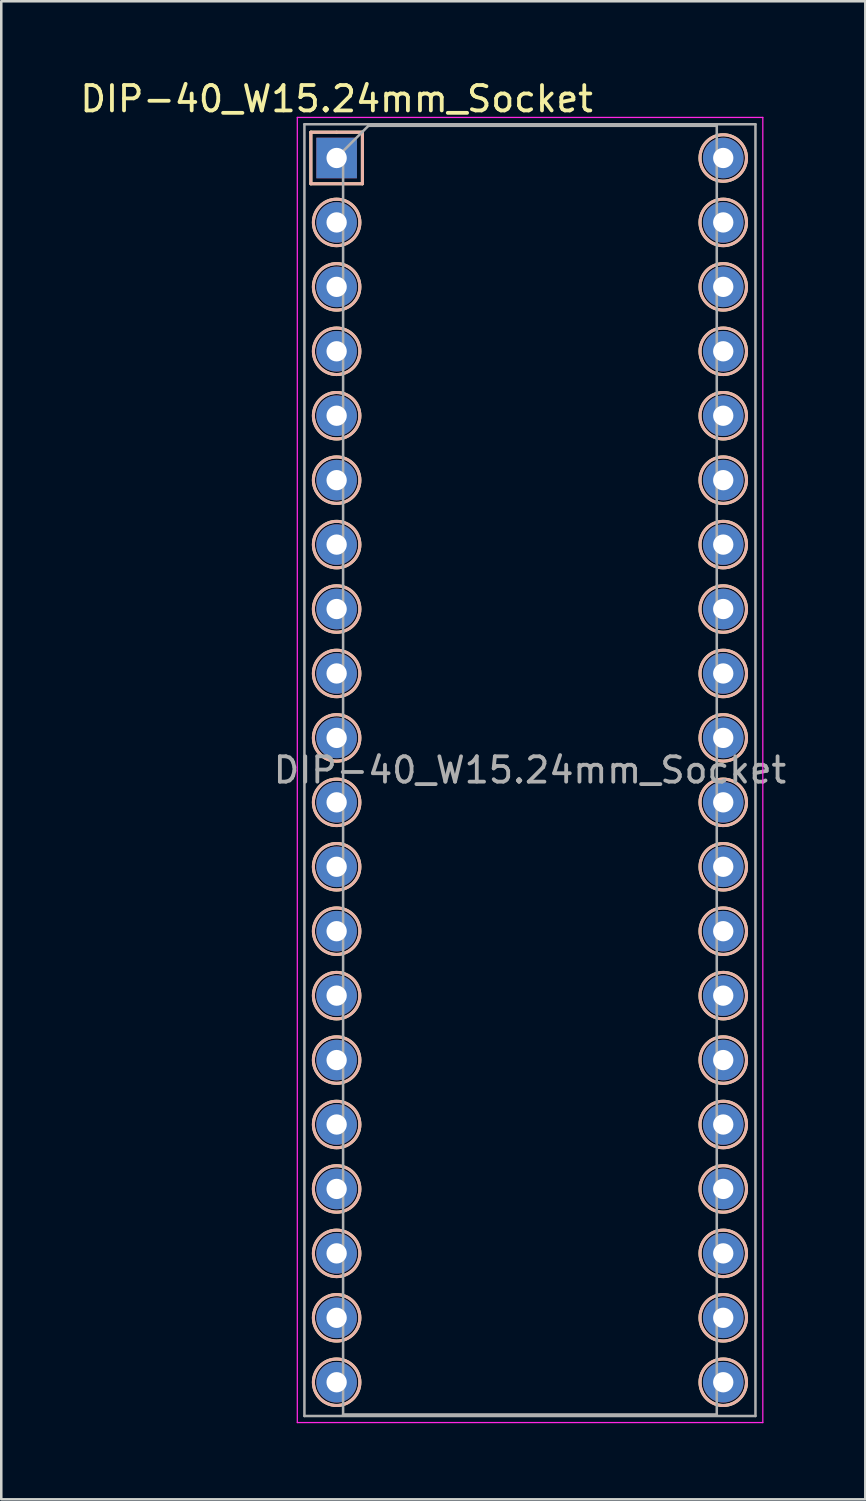
<source format=kicad_pcb>
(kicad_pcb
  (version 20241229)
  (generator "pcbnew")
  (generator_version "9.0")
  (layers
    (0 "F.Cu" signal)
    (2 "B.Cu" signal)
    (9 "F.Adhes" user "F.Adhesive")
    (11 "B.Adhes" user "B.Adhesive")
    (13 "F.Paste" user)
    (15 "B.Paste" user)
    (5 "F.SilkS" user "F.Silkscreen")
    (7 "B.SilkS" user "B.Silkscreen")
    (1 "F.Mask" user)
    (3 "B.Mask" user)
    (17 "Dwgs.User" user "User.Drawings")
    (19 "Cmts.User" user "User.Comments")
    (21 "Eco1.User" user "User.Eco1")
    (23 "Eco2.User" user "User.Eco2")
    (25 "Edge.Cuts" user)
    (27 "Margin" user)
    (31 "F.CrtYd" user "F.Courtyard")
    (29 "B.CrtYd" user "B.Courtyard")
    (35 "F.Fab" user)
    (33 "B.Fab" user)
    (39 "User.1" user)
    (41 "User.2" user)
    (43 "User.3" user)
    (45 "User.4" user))
  (footprint "DIP-40_W15.24mm_Socket"
    (layer "F.Cu")
    (at 10.22 3.178)
    (property "Reference" "DIP-40_W15.24mm_Socket" (at 0 -2.33 0) (layer "F.SilkS") (effects (font (size 1 1) (thickness 0.15))))
    (attr through_hole)
    (fp_line (start -1.016 -1.016) (end 0 -1.016) (stroke (width 0.12) (type solid)) (layer "F.SilkS"))
    (fp_line (start -1.016 1.016) (end -1.016 -1.016) (stroke (width 0.12) (type solid)) (layer "F.SilkS"))
    (fp_line (start 0 -1.016) (end 1.016 -1.016) (stroke (width 0.12) (type solid)) (layer "F.SilkS"))
    (fp_line (start 1.016 -1.016) (end 1.016 1.016) (stroke (width 0.12) (type solid)) (layer "F.SilkS"))
    (fp_line (start 1.016 1.016) (end -1.016 1.016) (stroke (width 0.12) (type solid)) (layer "F.SilkS"))
    (fp_circle (center 0 2.54) (end 0.762 2.032) (stroke (width 0.12) (type solid)) (fill no) (layer "F.SilkS"))
    (fp_circle (center 0 5.08) (end 0.762 4.572) (stroke (width 0.12) (type solid)) (fill no) (layer "F.SilkS"))
    (fp_circle (center 0 7.62) (end 0.762 7.112) (stroke (width 0.12) (type solid)) (fill no) (layer "F.SilkS"))
    (fp_circle (center 0 10.16) (end 0.762 9.652) (stroke (width 0.12) (type solid)) (fill no) (layer "F.SilkS"))
    (fp_circle (center 0 12.7) (end 0.762 12.192) (stroke (width 0.12) (type solid)) (fill no) (layer "F.SilkS"))
    (fp_circle (center 0 15.24) (end 0.762 14.732) (stroke (width 0.12) (type solid)) (fill no) (layer "F.SilkS"))
    (fp_circle (center 0 17.78) (end 0.762 17.272) (stroke (width 0.12) (type solid)) (fill no) (layer "F.SilkS"))
    (fp_circle (center 0 20.32) (end 0.762 19.812) (stroke (width 0.12) (type solid)) (fill no) (layer "F.SilkS"))
    (fp_circle (center 0 22.86) (end 0.762 22.352) (stroke (width 0.12) (type solid)) (fill no) (layer "F.SilkS"))
    (fp_circle (center 0 25.4) (end 0.762 24.892) (stroke (width 0.12) (type solid)) (fill no) (layer "F.SilkS"))
    (fp_circle (center 0 27.94) (end 0.762 27.432) (stroke (width 0.12) (type solid)) (fill no) (layer "F.SilkS"))
    (fp_circle (center 0 30.48) (end 0.762 29.972) (stroke (width 0.12) (type solid)) (fill no) (layer "F.SilkS"))
    (fp_circle (center 0 33.02) (end 0.762 32.512) (stroke (width 0.12) (type solid)) (fill no) (layer "F.SilkS"))
    (fp_circle (center 0 35.56) (end 0.762 35.052) (stroke (width 0.12) (type solid)) (fill no) (layer "F.SilkS"))
    (fp_circle (center 0 38.1) (end 0.762 37.592) (stroke (width 0.12) (type solid)) (fill no) (layer "F.SilkS"))
    (fp_circle (center 0 40.64) (end 0.762 40.132) (stroke (width 0.12) (type solid)) (fill no) (layer "F.SilkS"))
    (fp_circle (center 0 43.18) (end 0.762 42.672) (stroke (width 0.12) (type solid)) (fill no) (layer "F.SilkS"))
    (fp_circle (center 0 45.72) (end 0.762 45.212) (stroke (width 0.12) (type solid)) (fill no) (layer "F.SilkS"))
    (fp_circle (center 0 48.26) (end 0.762 47.752) (stroke (width 0.12) (type solid)) (fill no) (layer "F.SilkS"))
    (fp_circle (center 15.24 0) (end 16.002 -0.508) (stroke (width 0.12) (type solid)) (fill no) (layer "F.SilkS"))
    (fp_circle (center 15.24 2.54) (end 16.002 2.032) (stroke (width 0.12) (type solid)) (fill no) (layer "F.SilkS"))
    (fp_circle (center 15.24 5.08) (end 16.002 4.572) (stroke (width 0.12) (type solid)) (fill no) (layer "F.SilkS"))
    (fp_circle (center 15.24 7.62) (end 16.002 7.112) (stroke (width 0.12) (type solid)) (fill no) (layer "F.SilkS"))
    (fp_circle (center 15.24 10.16) (end 16.002 9.652) (stroke (width 0.12) (type solid)) (fill no) (layer "F.SilkS"))
    (fp_circle (center 15.24 12.7) (end 16.002 12.192) (stroke (width 0.12) (type solid)) (fill no) (layer "F.SilkS"))
    (fp_circle (center 15.24 15.24) (end 16.002 14.732) (stroke (width 0.12) (type solid)) (fill no) (layer "F.SilkS"))
    (fp_circle (center 15.24 17.78) (end 16.002 17.272) (stroke (width 0.12) (type solid)) (fill no) (layer "F.SilkS"))
    (fp_circle (center 15.24 20.32) (end 16.002 19.812) (stroke (width 0.12) (type solid)) (fill no) (layer "F.SilkS"))
    (fp_circle (center 15.24 22.86) (end 16.002 22.352) (stroke (width 0.12) (type solid)) (fill no) (layer "F.SilkS"))
    (fp_circle (center 15.24 25.4) (end 16.002 24.892) (stroke (width 0.12) (type solid)) (fill no) (layer "F.SilkS"))
    (fp_circle (center 15.24 27.94) (end 16.002 27.432) (stroke (width 0.12) (type solid)) (fill no) (layer "F.SilkS"))
    (fp_circle (center 15.24 30.48) (end 16.002 29.972) (stroke (width 0.12) (type solid)) (fill no) (layer "F.SilkS"))
    (fp_circle (center 15.24 33.02) (end 16.002 32.512) (stroke (width 0.12) (type solid)) (fill no) (layer "F.SilkS"))
    (fp_circle (center 15.24 35.56) (end 16.002 35.052) (stroke (width 0.12) (type solid)) (fill no) (layer "F.SilkS"))
    (fp_circle (center 15.24 38.1) (end 16.002 37.592) (stroke (width 0.12) (type solid)) (fill no) (layer "F.SilkS"))
    (fp_circle (center 15.24 40.64) (end 16.002 40.132) (stroke (width 0.12) (type solid)) (fill no) (layer "F.SilkS"))
    (fp_circle (center 15.24 43.18) (end 16.002 42.672) (stroke (width 0.12) (type solid)) (fill no) (layer "F.SilkS"))
    (fp_circle (center 15.24 45.72) (end 16.002 45.212) (stroke (width 0.12) (type solid)) (fill no) (layer "F.SilkS"))
    (fp_circle (center 15.24 48.26) (end 16.002 47.752) (stroke (width 0.12) (type solid)) (fill no) (layer "F.SilkS"))
    (fp_line (start -1.016 -1.016) (end 1.016 -1.016) (stroke (width 0.12) (type solid)) (layer "B.SilkS"))
    (fp_line (start -1.016 1.016) (end -1.016 -1.016) (stroke (width 0.12) (type solid)) (layer "B.SilkS"))
    (fp_line (start 1.016 -1.016) (end 1.016 1.016) (stroke (width 0.12) (type solid)) (layer "B.SilkS"))
    (fp_line (start 1.016 1.016) (end -1.016 1.016) (stroke (width 0.12) (type solid)) (layer "B.SilkS"))
    (fp_circle (center 0 2.54) (end 0.916 2.54) (stroke (width 0.12) (type solid)) (fill no) (layer "B.SilkS"))
    (fp_circle (center 0 5.08) (end 0.916 5.08) (stroke (width 0.12) (type solid)) (fill no) (layer "B.SilkS"))
    (fp_circle (center 0 7.62) (end 0.916 7.62) (stroke (width 0.12) (type solid)) (fill no) (layer "B.SilkS"))
    (fp_circle (center 0 10.16) (end 0.916 10.16) (stroke (width 0.12) (type solid)) (fill no) (layer "B.SilkS"))
    (fp_circle (center 0 12.7) (end 0.916 12.7) (stroke (width 0.12) (type solid)) (fill no) (layer "B.SilkS"))
    (fp_circle (center 0 15.24) (end 0.916 15.24) (stroke (width 0.12) (type solid)) (fill no) (layer "B.SilkS"))
    (fp_circle (center 0 17.78) (end 0.916 17.78) (stroke (width 0.12) (type solid)) (fill no) (layer "B.SilkS"))
    (fp_circle (center 0 20.32) (end 0.916 20.32) (stroke (width 0.12) (type solid)) (fill no) (layer "B.SilkS"))
    (fp_circle (center 0 22.86) (end 0.916 22.86) (stroke (width 0.12) (type solid)) (fill no) (layer "B.SilkS"))
    (fp_circle (center 0 25.4) (end 0.916 25.4) (stroke (width 0.12) (type solid)) (fill no) (layer "B.SilkS"))
    (fp_circle (center 0 27.94) (end 0.916 27.94) (stroke (width 0.12) (type solid)) (fill no) (layer "B.SilkS"))
    (fp_circle (center 0 30.48) (end 0.916 30.48) (stroke (width 0.12) (type solid)) (fill no) (layer "B.SilkS"))
    (fp_circle (center 0 33.02) (end 0.916 33.02) (stroke (width 0.12) (type solid)) (fill no) (layer "B.SilkS"))
    (fp_circle (center 0 35.56) (end 0.916 35.56) (stroke (width 0.12) (type solid)) (fill no) (layer "B.SilkS"))
    (fp_circle (center 0 38.1) (end 0.916 38.1) (stroke (width 0.12) (type solid)) (fill no) (layer "B.SilkS"))
    (fp_circle (center 0 40.64) (end 0.916 40.64) (stroke (width 0.12) (type solid)) (fill no) (layer "B.SilkS"))
    (fp_circle (center 0 43.18) (end 0.916 43.18) (stroke (width 0.12) (type solid)) (fill no) (layer "B.SilkS"))
    (fp_circle (center 0 45.72) (end 0.916 45.72) (stroke (width 0.12) (type solid)) (fill no) (layer "B.SilkS"))
    (fp_circle (center 0 48.26) (end 0.916 48.26) (stroke (width 0.12) (type solid)) (fill no) (layer "B.SilkS"))
    (fp_circle (center 15.24 0) (end 16.156 0) (stroke (width 0.12) (type solid)) (fill no) (layer "B.SilkS"))
    (fp_circle (center 15.24 2.54) (end 16.156 2.54) (stroke (width 0.12) (type solid)) (fill no) (layer "B.SilkS"))
    (fp_circle (center 15.24 5.08) (end 16.156 5.08) (stroke (width 0.12) (type solid)) (fill no) (layer "B.SilkS"))
    (fp_circle (center 15.24 7.62) (end 16.156 7.62) (stroke (width 0.12) (type solid)) (fill no) (layer "B.SilkS"))
    (fp_circle (center 15.24 10.16) (end 16.156 10.16) (stroke (width 0.12) (type solid)) (fill no) (layer "B.SilkS"))
    (fp_circle (center 15.24 12.7) (end 16.156 12.7) (stroke (width 0.12) (type solid)) (fill no) (layer "B.SilkS"))
    (fp_circle (center 15.24 15.24) (end 16.156 15.24) (stroke (width 0.12) (type solid)) (fill no) (layer "B.SilkS"))
    (fp_circle (center 15.24 17.78) (end 16.156 17.78) (stroke (width 0.12) (type solid)) (fill no) (layer "B.SilkS"))
    (fp_circle (center 15.24 20.32) (end 16.156 20.32) (stroke (width 0.12) (type solid)) (fill no) (layer "B.SilkS"))
    (fp_circle (center 15.24 22.86) (end 16.156 22.86) (stroke (width 0.12) (type solid)) (fill no) (layer "B.SilkS"))
    (fp_circle (center 15.24 25.4) (end 16.156 25.4) (stroke (width 0.12) (type solid)) (fill no) (layer "B.SilkS"))
    (fp_circle (center 15.24 27.94) (end 16.156 27.94) (stroke (width 0.12) (type solid)) (fill no) (layer "B.SilkS"))
    (fp_circle (center 15.24 30.48) (end 16.156 30.48) (stroke (width 0.12) (type solid)) (fill no) (layer "B.SilkS"))
    (fp_circle (center 15.24 33.02) (end 16.156 33.02) (stroke (width 0.12) (type solid)) (fill no) (layer "B.SilkS"))
    (fp_circle (center 15.24 35.56) (end 16.156 35.56) (stroke (width 0.12) (type solid)) (fill no) (layer "B.SilkS"))
    (fp_circle (center 15.24 38.1) (end 16.156 38.1) (stroke (width 0.12) (type solid)) (fill no) (layer "B.SilkS"))
    (fp_circle (center 15.24 40.64) (end 16.156 40.64) (stroke (width 0.12) (type solid)) (fill no) (layer "B.SilkS"))
    (fp_circle (center 15.24 43.18) (end 16.156 43.18) (stroke (width 0.12) (type solid)) (fill no) (layer "B.SilkS"))
    (fp_circle (center 15.24 45.72) (end 16.156 45.72) (stroke (width 0.12) (type solid)) (fill no) (layer "B.SilkS"))
    (fp_circle (center 15.24 48.26) (end 16.156 48.26) (stroke (width 0.12) (type solid)) (fill no) (layer "B.SilkS"))
    (fp_line (start -1.55 -1.6) (end -1.55 49.85) (stroke (width 0.05) (type solid)) (layer "F.CrtYd"))
    (fp_line (start -1.55 49.85) (end 16.8 49.85) (stroke (width 0.05) (type solid)) (layer "F.CrtYd"))
    (fp_line (start 16.8 -1.6) (end -1.55 -1.6) (stroke (width 0.05) (type solid)) (layer "F.CrtYd"))
    (fp_line (start 16.8 49.85) (end 16.8 -1.6) (stroke (width 0.05) (type solid)) (layer "F.CrtYd"))
    (fp_line (start -1.27 -1.33) (end -1.27 49.59) (stroke (width 0.1) (type solid)) (layer "F.Fab"))
    (fp_line (start -1.27 49.59) (end 16.51 49.59) (stroke (width 0.1) (type solid)) (layer "F.Fab"))
    (fp_line (start 0.255 -0.27) (end 1.255 -1.27) (stroke (width 0.1) (type solid)) (layer "F.Fab"))
    (fp_line (start 0.255 49.53) (end 0.255 -0.27) (stroke (width 0.1) (type solid)) (layer "F.Fab"))
    (fp_line (start 1.255 -1.27) (end 14.985 -1.27) (stroke (width 0.1) (type solid)) (layer "F.Fab"))
    (fp_line (start 14.985 -1.27) (end 14.985 49.53) (stroke (width 0.1) (type solid)) (layer "F.Fab"))
    (fp_line (start 14.985 49.53) (end 0.255 49.53) (stroke (width 0.1) (type solid)) (layer "F.Fab"))
    (fp_line (start 16.51 -1.33) (end -1.27 -1.33) (stroke (width 0.1) (type solid)) (layer "F.Fab"))
    (fp_line (start 16.51 49.59) (end 16.51 -1.33) (stroke (width 0.1) (type solid)) (layer "F.Fab"))
    (fp_text user "${REFERENCE}" (at 7.62 24.13 0) (layer "F.Fab") (effects (font (size 1 1) (thickness 0.15))))
    (pad "1" thru_hole rect (at 0 0) (size 1.6 1.6) (drill 0.8) (layers "*.Cu" "*.Mask"))
    (pad "2" thru_hole oval (at 0 2.54) (size 1.6 1.6) (drill 0.8) (layers "*.Cu" "*.Mask"))
    (pad "3" thru_hole oval (at 0 5.08) (size 1.6 1.6) (drill 0.8) (layers "*.Cu" "*.Mask"))
    (pad "4" thru_hole oval (at 0 7.62) (size 1.6 1.6) (drill 0.8) (layers "*.Cu" "*.Mask"))
    (pad "5" thru_hole oval (at 0 10.16) (size 1.6 1.6) (drill 0.8) (layers "*.Cu" "*.Mask"))
    (pad "6" thru_hole oval (at 0 12.7) (size 1.6 1.6) (drill 0.8) (layers "*.Cu" "*.Mask"))
    (pad "7" thru_hole oval (at 0 15.24) (size 1.6 1.6) (drill 0.8) (layers "*.Cu" "*.Mask"))
    (pad "8" thru_hole oval (at 0 17.78) (size 1.6 1.6) (drill 0.8) (layers "*.Cu" "*.Mask"))
    (pad "9" thru_hole oval (at 0 20.32) (size 1.6 1.6) (drill 0.8) (layers "*.Cu" "*.Mask"))
    (pad "10" thru_hole oval (at 0 22.86) (size 1.6 1.6) (drill 0.8) (layers "*.Cu" "*.Mask"))
    (pad "11" thru_hole oval (at 0 25.4) (size 1.6 1.6) (drill 0.8) (layers "*.Cu" "*.Mask"))
    (pad "12" thru_hole oval (at 0 27.94) (size 1.6 1.6) (drill 0.8) (layers "*.Cu" "*.Mask"))
    (pad "13" thru_hole oval (at 0 30.48) (size 1.6 1.6) (drill 0.8) (layers "*.Cu" "*.Mask"))
    (pad "14" thru_hole oval (at 0 33.02) (size 1.6 1.6) (drill 0.8) (layers "*.Cu" "*.Mask"))
    (pad "15" thru_hole oval (at 0 35.56) (size 1.6 1.6) (drill 0.8) (layers "*.Cu" "*.Mask"))
    (pad "16" thru_hole oval (at 0 38.1) (size 1.6 1.6) (drill 0.8) (layers "*.Cu" "*.Mask"))
    (pad "17" thru_hole oval (at 0 40.64) (size 1.6 1.6) (drill 0.8) (layers "*.Cu" "*.Mask"))
    (pad "18" thru_hole oval (at 0 43.18) (size 1.6 1.6) (drill 0.8) (layers "*.Cu" "*.Mask"))
    (pad "19" thru_hole oval (at 0 45.72) (size 1.6 1.6) (drill 0.8) (layers "*.Cu" "*.Mask"))
    (pad "20" thru_hole oval (at 0 48.26) (size 1.6 1.6) (drill 0.8) (layers "*.Cu" "*.Mask"))
    (pad "21" thru_hole oval (at 15.24 48.26) (size 1.6 1.6) (drill 0.8) (layers "*.Cu" "*.Mask"))
    (pad "22" thru_hole oval (at 15.24 45.72) (size 1.6 1.6) (drill 0.8) (layers "*.Cu" "*.Mask"))
    (pad "23" thru_hole oval (at 15.24 43.18) (size 1.6 1.6) (drill 0.8) (layers "*.Cu" "*.Mask"))
    (pad "24" thru_hole oval (at 15.24 40.64) (size 1.6 1.6) (drill 0.8) (layers "*.Cu" "*.Mask"))
    (pad "25" thru_hole oval (at 15.24 38.1) (size 1.6 1.6) (drill 0.8) (layers "*.Cu" "*.Mask"))
    (pad "26" thru_hole oval (at 15.24 35.56) (size 1.6 1.6) (drill 0.8) (layers "*.Cu" "*.Mask"))
    (pad "27" thru_hole oval (at 15.24 33.02) (size 1.6 1.6) (drill 0.8) (layers "*.Cu" "*.Mask"))
    (pad "28" thru_hole oval (at 15.24 30.48) (size 1.6 1.6) (drill 0.8) (layers "*.Cu" "*.Mask"))
    (pad "29" thru_hole oval (at 15.24 27.94) (size 1.6 1.6) (drill 0.8) (layers "*.Cu" "*.Mask"))
    (pad "30" thru_hole oval (at 15.24 25.4) (size 1.6 1.6) (drill 0.8) (layers "*.Cu" "*.Mask"))
    (pad "31" thru_hole oval (at 15.24 22.86) (size 1.6 1.6) (drill 0.8) (layers "*.Cu" "*.Mask"))
    (pad "32" thru_hole oval (at 15.24 20.32) (size 1.6 1.6) (drill 0.8) (layers "*.Cu" "*.Mask"))
    (pad "33" thru_hole oval (at 15.24 17.78) (size 1.6 1.6) (drill 0.8) (layers "*.Cu" "*.Mask"))
    (pad "34" thru_hole oval (at 15.24 15.24) (size 1.6 1.6) (drill 0.8) (layers "*.Cu" "*.Mask"))
    (pad "35" thru_hole oval (at 15.24 12.7) (size 1.6 1.6) (drill 0.8) (layers "*.Cu" "*.Mask"))
    (pad "36" thru_hole oval (at 15.24 10.16) (size 1.6 1.6) (drill 0.8) (layers "*.Cu" "*.Mask"))
    (pad "37" thru_hole oval (at 15.24 7.62) (size 1.6 1.6) (drill 0.8) (layers "*.Cu" "*.Mask"))
    (pad "38" thru_hole oval (at 15.24 5.08) (size 1.6 1.6) (drill 0.8) (layers "*.Cu" "*.Mask"))
    (pad "39" thru_hole oval (at 15.24 2.54) (size 1.6 1.6) (drill 0.8) (layers "*.Cu" "*.Mask"))
    (pad "40" thru_hole oval (at 15.24 0) (size 1.6 1.6) (drill 0.8) (layers "*.Cu" "*.Mask")))
  (gr_rect
    (start -3 -3)
    (end 31.06 56.053)
    (stroke (width 0.1) (type default))
    (fill no)
    (layer "Edge.Cuts")))
</source>
